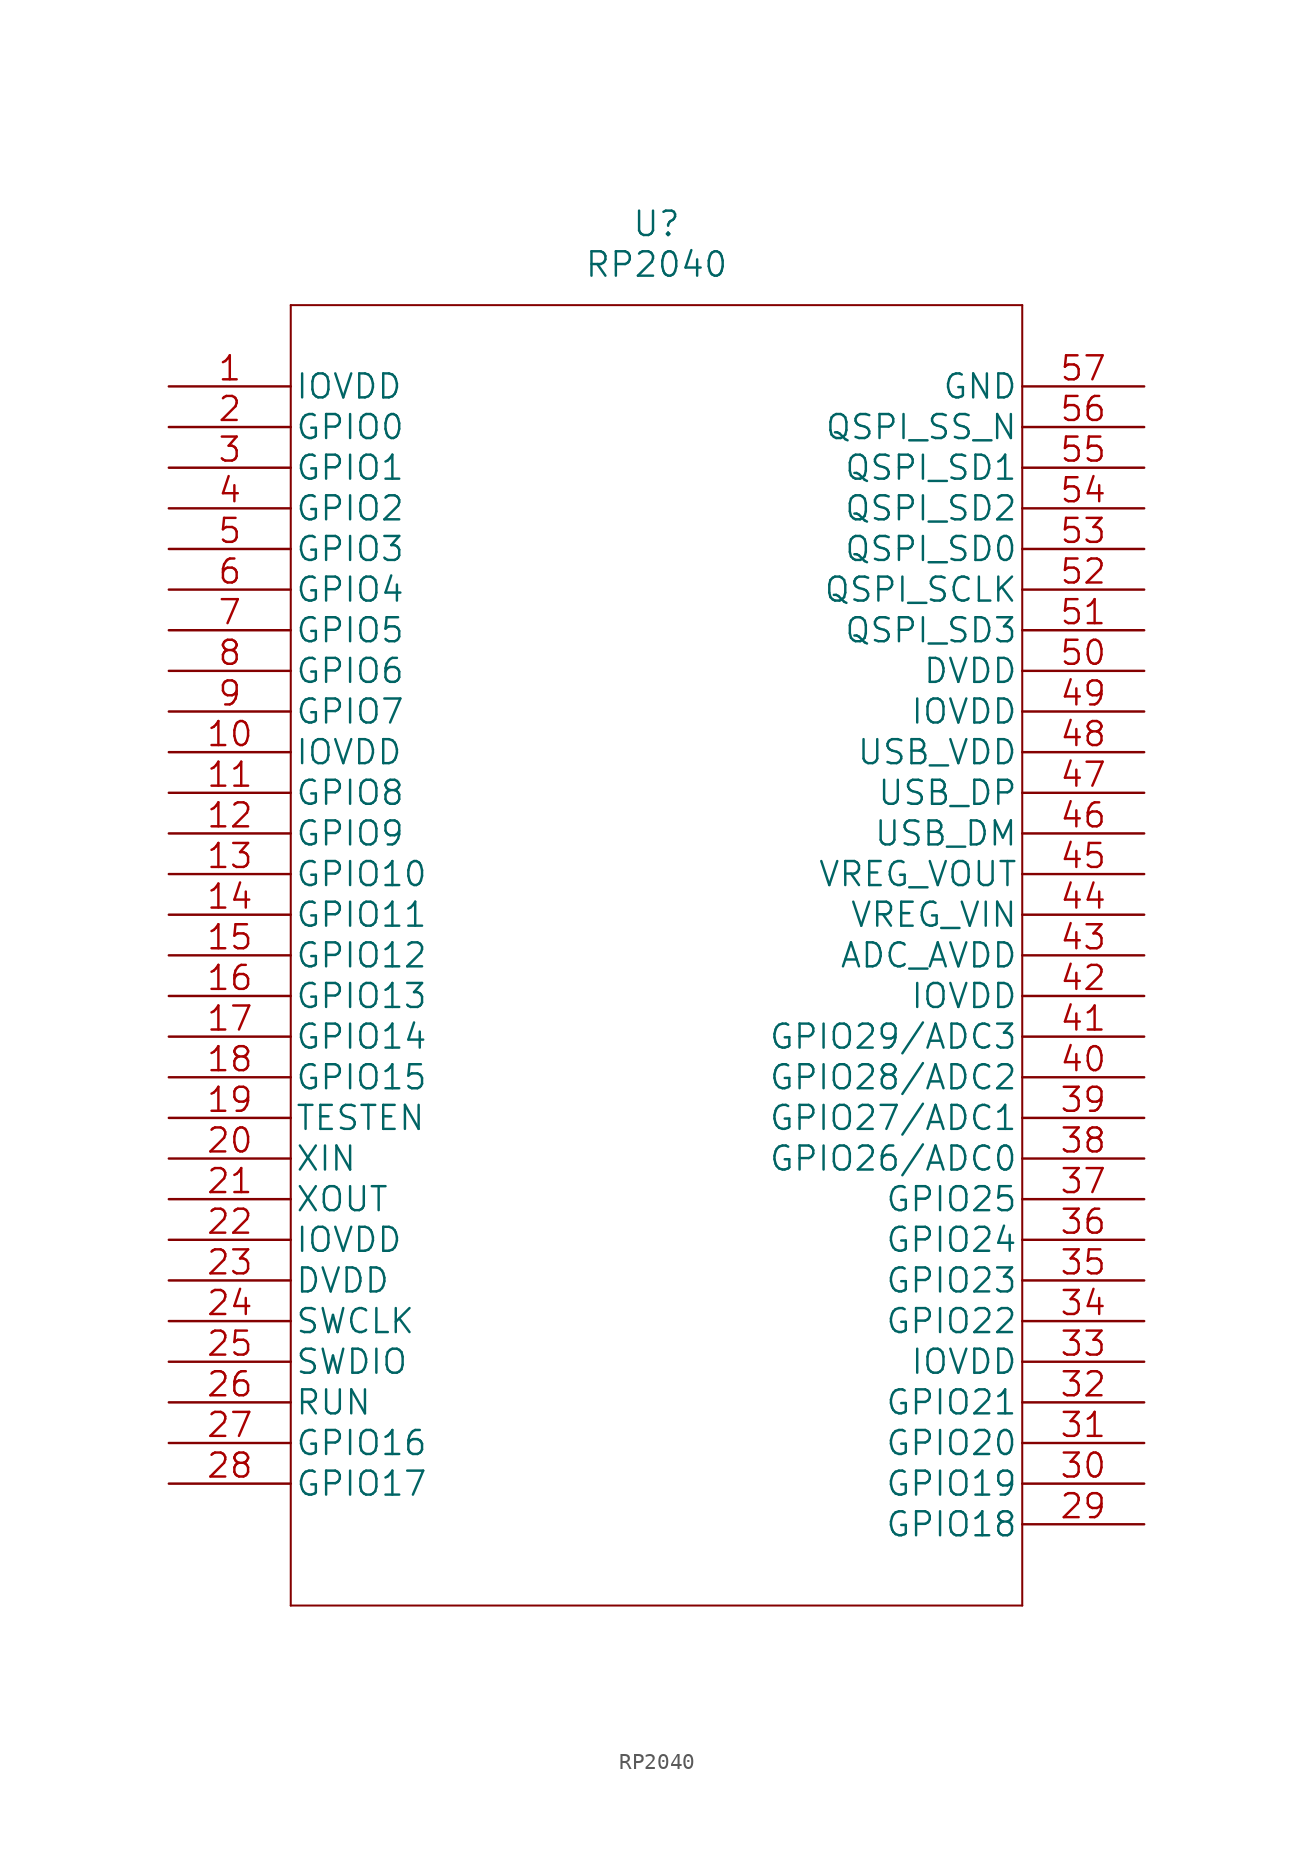
<source format=kicad_sym>
(kicad_symbol_lib
  (version 20211014)
  (generator kicad_symbol_editor)
  (symbol "RP2040"
    (pin_names
      (offset 0.254))
    (property "Reference" "U"
      (at 30.48 10.16 0)
      (effects (font (size 1.524 1.524))))
    (property "Value" "RP2040"
      (at 30.48 7.62 0)
      (effects (font (size 1.524 1.524))))
    (property "Datasheet" ""
      (at 0 0 0)
      (effects (font (size 1.524 1.524))))
    (property "ki_locked" ""
      (at 0 0 0)
      (effects (font (size 1.27 1.27))))
    (symbol "RP2040_1_1"
      (polyline (pts (xy 7.62 -76.2) (xy 53.34 -76.2)) (stroke (width 0.127) (type default) (color 0 0 0 0)) (fill (type none)))
      (polyline (pts (xy 7.62 5.08) (xy 7.62 -76.2)) (stroke (width 0.127) (type default) (color 0 0 0 0)) (fill (type none)))
      (polyline (pts (xy 53.34 -76.2) (xy 53.34 5.08)) (stroke (width 0.127) (type default) (color 0 0 0 0)) (fill (type none)))
      (polyline (pts (xy 53.34 5.08) (xy 7.62 5.08)) (stroke (width 0.127) (type default) (color 0 0 0 0)) (fill (type none)))
      (pin power_in line (at 0 0 0) (length 7.62) (name "IOVDD" (effects (font (size 1.499 1.499)))) (number "1" (effects (font (size 1.499 1.499)))))
      (pin power_in line (at 0 -22.86 0) (length 7.62) (name "IOVDD" (effects (font (size 1.499 1.499)))) (number "10" (effects (font (size 1.499 1.499)))))
      (pin bidirectional line (at 0 -25.4 0) (length 7.62) (name "GPIO8" (effects (font (size 1.499 1.499)))) (number "11" (effects (font (size 1.499 1.499)))))
      (pin bidirectional line (at 0 -27.94 0) (length 7.62) (name "GPIO9" (effects (font (size 1.499 1.499)))) (number "12" (effects (font (size 1.499 1.499)))))
      (pin bidirectional line (at 0 -30.48 0) (length 7.62) (name "GPIO10" (effects (font (size 1.499 1.499)))) (number "13" (effects (font (size 1.499 1.499)))))
      (pin bidirectional line (at 0 -33.02 0) (length 7.62) (name "GPIO11" (effects (font (size 1.499 1.499)))) (number "14" (effects (font (size 1.499 1.499)))))
      (pin bidirectional line (at 0 -35.56 0) (length 7.62) (name "GPIO12" (effects (font (size 1.499 1.499)))) (number "15" (effects (font (size 1.499 1.499)))))
      (pin bidirectional line (at 0 -38.1 0) (length 7.62) (name "GPIO13" (effects (font (size 1.499 1.499)))) (number "16" (effects (font (size 1.499 1.499)))))
      (pin bidirectional line (at 0 -40.64 0) (length 7.62) (name "GPIO14" (effects (font (size 1.499 1.499)))) (number "17" (effects (font (size 1.499 1.499)))))
      (pin bidirectional line (at 0 -43.18 0) (length 7.62) (name "GPIO15" (effects (font (size 1.499 1.499)))) (number "18" (effects (font (size 1.499 1.499)))))
      (pin unspecified line (at 0 -45.72 0) (length 7.62) (name "TESTEN" (effects (font (size 1.499 1.499)))) (number "19" (effects (font (size 1.499 1.499)))))
      (pin bidirectional line (at 0 -2.54 0) (length 7.62) (name "GPIO0" (effects (font (size 1.499 1.499)))) (number "2" (effects (font (size 1.499 1.499)))))
      (pin unspecified line (at 0 -48.26 0) (length 7.62) (name "XIN" (effects (font (size 1.499 1.499)))) (number "20" (effects (font (size 1.499 1.499)))))
      (pin output line (at 0 -50.8 0) (length 7.62) (name "XOUT" (effects (font (size 1.499 1.499)))) (number "21" (effects (font (size 1.499 1.499)))))
      (pin power_in line (at 0 -53.34 0) (length 7.62) (name "IOVDD" (effects (font (size 1.499 1.499)))) (number "22" (effects (font (size 1.499 1.499)))))
      (pin power_in line (at 0 -55.88 0) (length 7.62) (name "DVDD" (effects (font (size 1.499 1.499)))) (number "23" (effects (font (size 1.499 1.499)))))
      (pin unspecified line (at 0 -58.42 0) (length 7.62) (name "SWCLK" (effects (font (size 1.499 1.499)))) (number "24" (effects (font (size 1.499 1.499)))))
      (pin unspecified line (at 0 -60.96 0) (length 7.62) (name "SWDIO" (effects (font (size 1.499 1.499)))) (number "25" (effects (font (size 1.499 1.499)))))
      (pin unspecified line (at 0 -63.5 0) (length 7.62) (name "RUN" (effects (font (size 1.499 1.499)))) (number "26" (effects (font (size 1.499 1.499)))))
      (pin bidirectional line (at 0 -66.04 0) (length 7.62) (name "GPIO16" (effects (font (size 1.499 1.499)))) (number "27" (effects (font (size 1.499 1.499)))))
      (pin bidirectional line (at 0 -68.58 0) (length 7.62) (name "GPIO17" (effects (font (size 1.499 1.499)))) (number "28" (effects (font (size 1.499 1.499)))))
      (pin bidirectional line (at 60.96 -71.12 180) (length 7.62) (name "GPIO18" (effects (font (size 1.499 1.499)))) (number "29" (effects (font (size 1.499 1.499)))))
      (pin bidirectional line (at 0 -5.08 0) (length 7.62) (name "GPIO1" (effects (font (size 1.499 1.499)))) (number "3" (effects (font (size 1.499 1.499)))))
      (pin bidirectional line (at 60.96 -68.58 180) (length 7.62) (name "GPIO19" (effects (font (size 1.499 1.499)))) (number "30" (effects (font (size 1.499 1.499)))))
      (pin bidirectional line (at 60.96 -66.04 180) (length 7.62) (name "GPIO20" (effects (font (size 1.499 1.499)))) (number "31" (effects (font (size 1.499 1.499)))))
      (pin bidirectional line (at 60.96 -63.5 180) (length 7.62) (name "GPIO21" (effects (font (size 1.499 1.499)))) (number "32" (effects (font (size 1.499 1.499)))))
      (pin power_in line (at 60.96 -60.96 180) (length 7.62) (name "IOVDD" (effects (font (size 1.499 1.499)))) (number "33" (effects (font (size 1.499 1.499)))))
      (pin bidirectional line (at 60.96 -58.42 180) (length 7.62) (name "GPIO22" (effects (font (size 1.499 1.499)))) (number "34" (effects (font (size 1.499 1.499)))))
      (pin bidirectional line (at 60.96 -55.88 180) (length 7.62) (name "GPIO23" (effects (font (size 1.499 1.499)))) (number "35" (effects (font (size 1.499 1.499)))))
      (pin bidirectional line (at 60.96 -53.34 180) (length 7.62) (name "GPIO24" (effects (font (size 1.499 1.499)))) (number "36" (effects (font (size 1.499 1.499)))))
      (pin bidirectional line (at 60.96 -50.8 180) (length 7.62) (name "GPIO25" (effects (font (size 1.499 1.499)))) (number "37" (effects (font (size 1.499 1.499)))))
      (pin bidirectional line (at 60.96 -48.26 180) (length 7.62) (name "GPIO26/ADC0" (effects (font (size 1.499 1.499)))) (number "38" (effects (font (size 1.499 1.499)))))
      (pin bidirectional line (at 60.96 -45.72 180) (length 7.62) (name "GPIO27/ADC1" (effects (font (size 1.499 1.499)))) (number "39" (effects (font (size 1.499 1.499)))))
      (pin bidirectional line (at 0 -7.62 0) (length 7.62) (name "GPIO2" (effects (font (size 1.499 1.499)))) (number "4" (effects (font (size 1.499 1.499)))))
      (pin bidirectional line (at 60.96 -43.18 180) (length 7.62) (name "GPIO28/ADC2" (effects (font (size 1.499 1.499)))) (number "40" (effects (font (size 1.499 1.499)))))
      (pin bidirectional line (at 60.96 -40.64 180) (length 7.62) (name "GPIO29/ADC3" (effects (font (size 1.499 1.499)))) (number "41" (effects (font (size 1.499 1.499)))))
      (pin power_in line (at 60.96 -38.1 180) (length 7.62) (name "IOVDD" (effects (font (size 1.499 1.499)))) (number "42" (effects (font (size 1.499 1.499)))))
      (pin power_in line (at 60.96 -35.56 180) (length 7.62) (name "ADC_AVDD" (effects (font (size 1.499 1.499)))) (number "43" (effects (font (size 1.499 1.499)))))
      (pin unspecified line (at 60.96 -33.02 180) (length 7.62) (name "VREG_VIN" (effects (font (size 1.499 1.499)))) (number "44" (effects (font (size 1.499 1.499)))))
      (pin output line (at 60.96 -30.48 180) (length 7.62) (name "VREG_VOUT" (effects (font (size 1.499 1.499)))) (number "45" (effects (font (size 1.499 1.499)))))
      (pin unspecified line (at 60.96 -27.94 180) (length 7.62) (name "USB_DM" (effects (font (size 1.499 1.499)))) (number "46" (effects (font (size 1.499 1.499)))))
      (pin unspecified line (at 60.96 -25.4 180) (length 7.62) (name "USB_DP" (effects (font (size 1.499 1.499)))) (number "47" (effects (font (size 1.499 1.499)))))
      (pin power_in line (at 60.96 -22.86 180) (length 7.62) (name "USB_VDD" (effects (font (size 1.499 1.499)))) (number "48" (effects (font (size 1.499 1.499)))))
      (pin power_in line (at 60.96 -20.32 180) (length 7.62) (name "IOVDD" (effects (font (size 1.499 1.499)))) (number "49" (effects (font (size 1.499 1.499)))))
      (pin bidirectional line (at 0 -10.16 0) (length 7.62) (name "GPIO3" (effects (font (size 1.499 1.499)))) (number "5" (effects (font (size 1.499 1.499)))))
      (pin power_in line (at 60.96 -17.78 180) (length 7.62) (name "DVDD" (effects (font (size 1.499 1.499)))) (number "50" (effects (font (size 1.499 1.499)))))
      (pin bidirectional line (at 60.96 -15.24 180) (length 7.62) (name "QSPI_SD3" (effects (font (size 1.499 1.499)))) (number "51" (effects (font (size 1.499 1.499)))))
      (pin unspecified line (at 60.96 -12.7 180) (length 7.62) (name "QSPI_SCLK" (effects (font (size 1.499 1.499)))) (number "52" (effects (font (size 1.499 1.499)))))
      (pin bidirectional line (at 60.96 -10.16 180) (length 7.62) (name "QSPI_SD0" (effects (font (size 1.499 1.499)))) (number "53" (effects (font (size 1.499 1.499)))))
      (pin bidirectional line (at 60.96 -7.62 180) (length 7.62) (name "QSPI_SD2" (effects (font (size 1.499 1.499)))) (number "54" (effects (font (size 1.499 1.499)))))
      (pin bidirectional line (at 60.96 -5.08 180) (length 7.62) (name "QSPI_SD1" (effects (font (size 1.499 1.499)))) (number "55" (effects (font (size 1.499 1.499)))))
      (pin unspecified line (at 60.96 -2.54 180) (length 7.62) (name "QSPI_SS_N" (effects (font (size 1.499 1.499)))) (number "56" (effects (font (size 1.499 1.499)))))
      (pin power_in line (at 60.96 0 180) (length 7.62) (name "GND" (effects (font (size 1.499 1.499)))) (number "57" (effects (font (size 1.499 1.499)))))
      (pin bidirectional line (at 0 -12.7 0) (length 7.62) (name "GPIO4" (effects (font (size 1.499 1.499)))) (number "6" (effects (font (size 1.499 1.499)))))
      (pin bidirectional line (at 0 -15.24 0) (length 7.62) (name "GPIO5" (effects (font (size 1.499 1.499)))) (number "7" (effects (font (size 1.499 1.499)))))
      (pin bidirectional line (at 0 -17.78 0) (length 7.62) (name "GPIO6" (effects (font (size 1.499 1.499)))) (number "8" (effects (font (size 1.499 1.499)))))
      (pin bidirectional line (at 0 -20.32 0) (length 7.62) (name "GPIO7" (effects (font (size 1.499 1.499)))) (number "9" (effects (font (size 1.499 1.499))))))))
</source>
